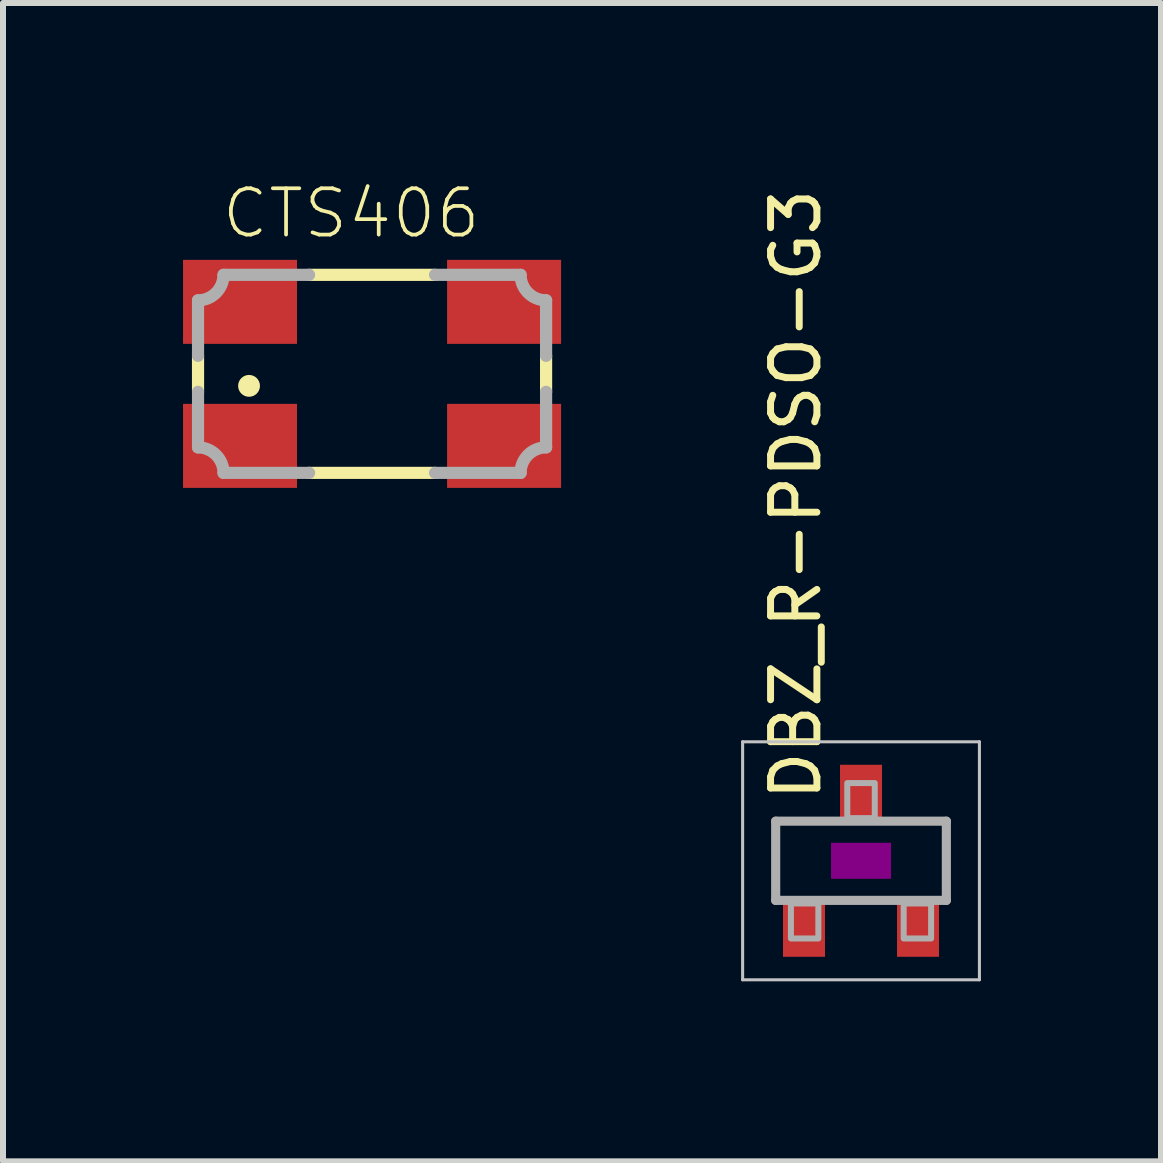
<source format=kicad_pcb>
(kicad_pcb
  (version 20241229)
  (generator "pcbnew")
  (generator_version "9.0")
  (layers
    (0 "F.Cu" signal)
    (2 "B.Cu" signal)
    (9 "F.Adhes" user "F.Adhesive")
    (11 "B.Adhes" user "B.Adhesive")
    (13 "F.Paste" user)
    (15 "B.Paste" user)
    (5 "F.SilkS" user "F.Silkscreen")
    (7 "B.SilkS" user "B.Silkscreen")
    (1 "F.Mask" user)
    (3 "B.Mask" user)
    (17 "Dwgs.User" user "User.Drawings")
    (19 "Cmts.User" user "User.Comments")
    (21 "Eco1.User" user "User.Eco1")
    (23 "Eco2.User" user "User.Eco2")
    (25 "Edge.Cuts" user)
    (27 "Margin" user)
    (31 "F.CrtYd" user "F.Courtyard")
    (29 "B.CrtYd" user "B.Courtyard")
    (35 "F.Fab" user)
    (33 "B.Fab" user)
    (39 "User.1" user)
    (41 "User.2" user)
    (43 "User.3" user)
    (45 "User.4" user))
  (footprint "CTS406"
    (layer "F.Cu")
    (at 3.15 3.18)
    (property "Reference" "CTS406" (at -2.54 -2.223 0) (layer "F.SilkS") (effects (font (size 0.772 0.772) (thickness 0.062)) (justify left bottom)))
    (attr through_hole)
    (fp_line (start -2.9 0.3) (end -2.9 -0.3) (stroke (width 0.203) (type solid)) (layer "F.SilkS"))
    (fp_line (start -1.05 -1.65) (end 1.05 -1.65) (stroke (width 0.203) (type solid)) (layer "F.SilkS"))
    (fp_line (start 1.05 1.65) (end -1.05 1.65) (stroke (width 0.203) (type solid)) (layer "F.SilkS"))
    (fp_line (start 2.9 -0.3) (end 2.9 0.3) (stroke (width 0.203) (type solid)) (layer "F.SilkS"))
    (fp_circle (center -2.05 0.2) (end -1.959 0.2) (stroke (width 0.182) (type solid)) (fill no) (layer "F.SilkS"))
    (fp_line (start -2.9 -0.3) (end -2.9 -1.225) (stroke (width 0.203) (type solid)) (layer "F.Fab"))
    (fp_line (start -2.9 1.225) (end -2.9 0.3) (stroke (width 0.203) (type solid)) (layer "F.Fab"))
    (fp_line (start -2.475 -1.65) (end -1.05 -1.65) (stroke (width 0.203) (type solid)) (layer "F.Fab"))
    (fp_line (start -1.05 1.65) (end -2.475 1.65) (stroke (width 0.203) (type solid)) (layer "F.Fab"))
    (fp_line (start 1.05 -1.65) (end 2.475 -1.65) (stroke (width 0.203) (type solid)) (layer "F.Fab"))
    (fp_line (start 2.475 1.65) (end 1.05 1.65) (stroke (width 0.203) (type solid)) (layer "F.Fab"))
    (fp_line (start 2.9 -1.225) (end 2.9 -0.3) (stroke (width 0.203) (type solid)) (layer "F.Fab"))
    (fp_line (start 2.9 0.3) (end 2.9 1.225) (stroke (width 0.203) (type solid)) (layer "F.Fab"))
    (fp_arc (start -2.899998 1.225) (mid -2.600003 1.350005) (end -2.475 1.65) (stroke (width 0.2032) (type solid)) (layer "F.Fab"))
    (fp_arc (start -2.475 -1.649998) (mid -2.600005 -1.350003) (end -2.9 -1.225) (stroke (width 0.2032) (type solid)) (layer "F.Fab"))
    (fp_arc (start 2.475 1.649998) (mid 2.600005 1.350003) (end 2.9 1.225) (stroke (width 0.2032) (type solid)) (layer "F.Fab"))
    (fp_arc (start 2.899998 -1.225) (mid 2.600003 -1.350005) (end 2.475 -1.65) (stroke (width 0.2032) (type solid)) (layer "F.Fab"))
    (pad "1" smd rect (at -2.2 1.2) (size 1.9 1.4) (layers "F.Cu" "F.Mask" "F.Paste"))
    (pad "2" smd rect (at 2.2 1.2) (size 1.9 1.4) (layers "F.Cu" "F.Mask" "F.Paste"))
    (pad "3" smd rect (at 2.2 -1.2) (size 1.9 1.4) (layers "F.Cu" "F.Mask" "F.Paste"))
    (pad "4" smd rect (at -2.2 -1.2) (size 1.9 1.4) (layers "F.Cu" "F.Mask" "F.Paste")))
  (footprint "DBZ_R-PDSO-G3"
    (layer "F.Cu")
    (at 11.298 11.294)
    (property "Reference" "DBZ_R-PDSO-G3" (at -0.635 -0.953 90) (layer "F.SilkS") (effects (font (size 0.772 0.772) (thickness 0.116)) (justify left bottom)))
    (attr through_hole)
    (fp_poly (pts (xy -0.5 0.3) (xy 0.5 0.3) (xy 0.5 -0.3) (xy -0.5 -0.3)) (stroke (width 0) (type solid)) (fill yes) (layer "F.Adhes"))
    (fp_line (start -1.973 -1.983) (end 1.973 -1.983) (stroke (width 0.051) (type solid)) (layer "Dwgs.User"))
    (fp_line (start -1.973 1.983) (end -1.973 -1.983) (stroke (width 0.051) (type solid)) (layer "Dwgs.User"))
    (fp_line (start 1.973 -1.983) (end 1.973 1.983) (stroke (width 0.051) (type solid)) (layer "Dwgs.User"))
    (fp_line (start 1.973 1.983) (end -1.973 1.983) (stroke (width 0.051) (type solid)) (layer "Dwgs.User"))
    (fp_line (start -1.422 -0.66) (end 1.422 -0.66) (stroke (width 0.152) (type solid)) (layer "F.Fab"))
    (fp_line (start -1.422 0.66) (end -1.422 -0.66) (stroke (width 0.152) (type solid)) (layer "F.Fab"))
    (fp_line (start 1.422 -0.66) (end 1.422 0.66) (stroke (width 0.152) (type solid)) (layer "F.Fab"))
    (fp_line (start 1.422 0.66) (end -1.422 0.66) (stroke (width 0.152) (type solid)) (layer "F.Fab"))
    (fp_poly (pts (xy -1.168 1.295) (xy -0.711 1.295) (xy -0.711 0.711) (xy -1.168 0.711)) (stroke (width 0.1) (type solid)) (fill no) (layer "F.Fab"))
    (fp_poly (pts (xy -0.229 -0.711) (xy 0.229 -0.711) (xy 0.229 -1.295) (xy -0.229 -1.295)) (stroke (width 0.1) (type solid)) (fill no) (layer "F.Fab"))
    (fp_poly (pts (xy 0.711 1.295) (xy 1.168 1.295) (xy 1.168 0.711) (xy 0.711 0.711)) (stroke (width 0.1) (type solid)) (fill no) (layer "F.Fab"))
    (pad "1" smd rect (at -0.95 1.1) (size 0.7 1) (layers "F.Cu" "F.Mask" "F.Paste"))
    (pad "2" smd rect (at 0.95 1.1) (size 0.7 1) (layers "F.Cu" "F.Mask" "F.Paste"))
    (pad "3" smd rect (at 0 -1.1) (size 0.7 1) (layers "F.Cu" "F.Mask" "F.Paste")))
  (gr_rect
    (start -3 -3)
    (end 16.297 16.302)
    (stroke (width 0.1) (type default))
    (fill no)
    (layer "Edge.Cuts")))
</source>
